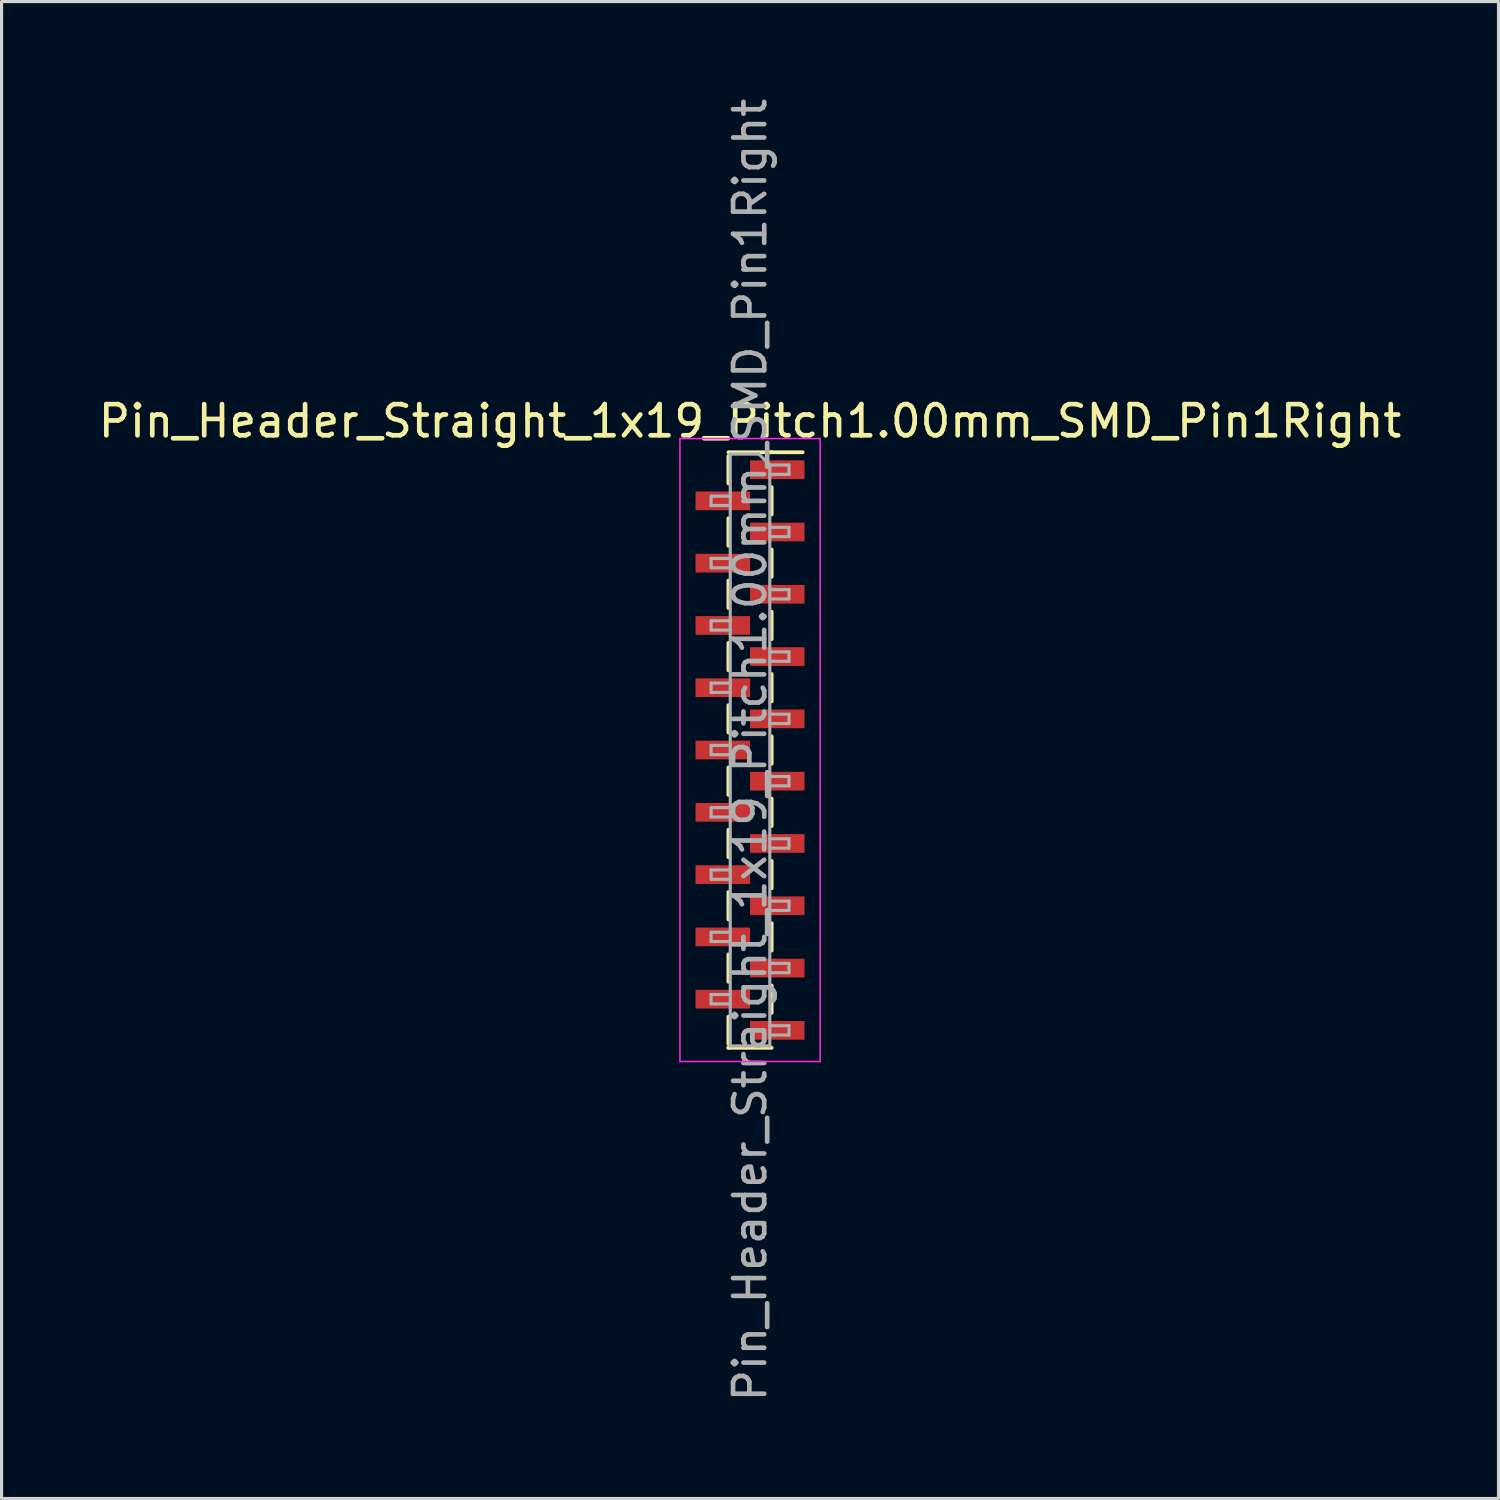
<source format=kicad_pcb>
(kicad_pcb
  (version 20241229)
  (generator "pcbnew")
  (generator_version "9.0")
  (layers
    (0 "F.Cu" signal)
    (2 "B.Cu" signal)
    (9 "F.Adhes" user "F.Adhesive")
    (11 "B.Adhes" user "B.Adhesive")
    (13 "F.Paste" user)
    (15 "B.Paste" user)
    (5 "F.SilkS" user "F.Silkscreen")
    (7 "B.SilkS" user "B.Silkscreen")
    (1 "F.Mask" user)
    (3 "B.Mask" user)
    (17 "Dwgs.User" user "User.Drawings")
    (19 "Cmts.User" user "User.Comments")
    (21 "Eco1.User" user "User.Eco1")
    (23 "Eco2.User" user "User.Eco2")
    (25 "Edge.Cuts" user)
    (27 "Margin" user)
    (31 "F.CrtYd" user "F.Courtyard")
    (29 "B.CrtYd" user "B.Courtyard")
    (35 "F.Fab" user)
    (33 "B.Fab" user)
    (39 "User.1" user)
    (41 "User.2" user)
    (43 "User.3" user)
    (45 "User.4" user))
  (footprint "Pin_Header_Straight_1x19_Pitch1.00mm_SMD_Pin1Right"
    (layer "F.Cu")
    (at 21.03 21.03)
    (property "Reference" "Pin_Header_Straight_1x19_Pitch1.00mm_SMD_Pin1Right" (at 0 -10.56 0) (layer "F.SilkS") (effects (font (size 1 1) (thickness 0.15))))
    (attr smd)
    (fp_line (start -0.695 -9.56) (end 0.695 -9.56) (stroke (width 0.12) (type solid)) (layer "F.SilkS"))
    (fp_line (start -0.695 -9.44) (end -0.695 -8.56) (stroke (width 0.12) (type solid)) (layer "F.SilkS"))
    (fp_line (start -0.695 -7.44) (end -0.695 -6.56) (stroke (width 0.12) (type solid)) (layer "F.SilkS"))
    (fp_line (start -0.695 -5.44) (end -0.695 -4.56) (stroke (width 0.12) (type solid)) (layer "F.SilkS"))
    (fp_line (start -0.695 -3.44) (end -0.695 -2.56) (stroke (width 0.12) (type solid)) (layer "F.SilkS"))
    (fp_line (start -0.695 -1.44) (end -0.695 -0.56) (stroke (width 0.12) (type solid)) (layer "F.SilkS"))
    (fp_line (start -0.695 0.56) (end -0.695 1.44) (stroke (width 0.12) (type solid)) (layer "F.SilkS"))
    (fp_line (start -0.695 2.56) (end -0.695 3.44) (stroke (width 0.12) (type solid)) (layer "F.SilkS"))
    (fp_line (start -0.695 4.56) (end -0.695 5.44) (stroke (width 0.12) (type solid)) (layer "F.SilkS"))
    (fp_line (start -0.695 6.56) (end -0.695 7.44) (stroke (width 0.12) (type solid)) (layer "F.SilkS"))
    (fp_line (start -0.695 8.56) (end -0.695 9.44) (stroke (width 0.12) (type solid)) (layer "F.SilkS"))
    (fp_line (start -0.695 9.56) (end -0.695 9.56) (stroke (width 0.12) (type solid)) (layer "F.SilkS"))
    (fp_line (start -0.695 9.56) (end 0.695 9.56) (stroke (width 0.12) (type solid)) (layer "F.SilkS"))
    (fp_line (start 0.695 -9.56) (end 0.695 -9.56) (stroke (width 0.12) (type solid)) (layer "F.SilkS"))
    (fp_line (start 0.695 -9.56) (end 1.69 -9.56) (stroke (width 0.12) (type solid)) (layer "F.SilkS"))
    (fp_line (start 0.695 -8.44) (end 0.695 -7.56) (stroke (width 0.12) (type solid)) (layer "F.SilkS"))
    (fp_line (start 0.695 -6.44) (end 0.695 -5.56) (stroke (width 0.12) (type solid)) (layer "F.SilkS"))
    (fp_line (start 0.695 -4.44) (end 0.695 -3.56) (stroke (width 0.12) (type solid)) (layer "F.SilkS"))
    (fp_line (start 0.695 -2.44) (end 0.695 -1.56) (stroke (width 0.12) (type solid)) (layer "F.SilkS"))
    (fp_line (start 0.695 -0.44) (end 0.695 0.44) (stroke (width 0.12) (type solid)) (layer "F.SilkS"))
    (fp_line (start 0.695 1.56) (end 0.695 2.44) (stroke (width 0.12) (type solid)) (layer "F.SilkS"))
    (fp_line (start 0.695 3.56) (end 0.695 4.44) (stroke (width 0.12) (type solid)) (layer "F.SilkS"))
    (fp_line (start 0.695 5.56) (end 0.695 6.44) (stroke (width 0.12) (type solid)) (layer "F.SilkS"))
    (fp_line (start 0.695 7.56) (end 0.695 8.44) (stroke (width 0.12) (type solid)) (layer "F.SilkS"))
    (fp_line (start -2.25 -10) (end -2.25 10) (stroke (width 0.05) (type solid)) (layer "F.CrtYd"))
    (fp_line (start -2.25 10) (end 2.25 10) (stroke (width 0.05) (type solid)) (layer "F.CrtYd"))
    (fp_line (start 2.25 -10) (end -2.25 -10) (stroke (width 0.05) (type solid)) (layer "F.CrtYd"))
    (fp_line (start 2.25 10) (end 2.25 -10) (stroke (width 0.05) (type solid)) (layer "F.CrtYd"))
    (fp_line (start -1.25 -8.15) (end -1.25 -7.85) (stroke (width 0.1) (type solid)) (layer "F.Fab"))
    (fp_line (start -1.25 -7.85) (end -0.635 -7.85) (stroke (width 0.1) (type solid)) (layer "F.Fab"))
    (fp_line (start -1.25 -6.15) (end -1.25 -5.85) (stroke (width 0.1) (type solid)) (layer "F.Fab"))
    (fp_line (start -1.25 -5.85) (end -0.635 -5.85) (stroke (width 0.1) (type solid)) (layer "F.Fab"))
    (fp_line (start -1.25 -4.15) (end -1.25 -3.85) (stroke (width 0.1) (type solid)) (layer "F.Fab"))
    (fp_line (start -1.25 -3.85) (end -0.635 -3.85) (stroke (width 0.1) (type solid)) (layer "F.Fab"))
    (fp_line (start -1.25 -2.15) (end -1.25 -1.85) (stroke (width 0.1) (type solid)) (layer "F.Fab"))
    (fp_line (start -1.25 -1.85) (end -0.635 -1.85) (stroke (width 0.1) (type solid)) (layer "F.Fab"))
    (fp_line (start -1.25 -0.15) (end -1.25 0.15) (stroke (width 0.1) (type solid)) (layer "F.Fab"))
    (fp_line (start -1.25 0.15) (end -0.635 0.15) (stroke (width 0.1) (type solid)) (layer "F.Fab"))
    (fp_line (start -1.25 1.85) (end -1.25 2.15) (stroke (width 0.1) (type solid)) (layer "F.Fab"))
    (fp_line (start -1.25 2.15) (end -0.635 2.15) (stroke (width 0.1) (type solid)) (layer "F.Fab"))
    (fp_line (start -1.25 3.85) (end -1.25 4.15) (stroke (width 0.1) (type solid)) (layer "F.Fab"))
    (fp_line (start -1.25 4.15) (end -0.635 4.15) (stroke (width 0.1) (type solid)) (layer "F.Fab"))
    (fp_line (start -1.25 5.85) (end -1.25 6.15) (stroke (width 0.1) (type solid)) (layer "F.Fab"))
    (fp_line (start -1.25 6.15) (end -0.635 6.15) (stroke (width 0.1) (type solid)) (layer "F.Fab"))
    (fp_line (start -1.25 7.85) (end -1.25 8.15) (stroke (width 0.1) (type solid)) (layer "F.Fab"))
    (fp_line (start -1.25 8.15) (end -0.635 8.15) (stroke (width 0.1) (type solid)) (layer "F.Fab"))
    (fp_line (start -0.635 -9.5) (end -0.635 9.5) (stroke (width 0.1) (type solid)) (layer "F.Fab"))
    (fp_line (start -0.635 -9.5) (end 0.285 -9.5) (stroke (width 0.1) (type solid)) (layer "F.Fab"))
    (fp_line (start -0.635 -8.15) (end -1.25 -8.15) (stroke (width 0.1) (type solid)) (layer "F.Fab"))
    (fp_line (start -0.635 -6.15) (end -1.25 -6.15) (stroke (width 0.1) (type solid)) (layer "F.Fab"))
    (fp_line (start -0.635 -4.15) (end -1.25 -4.15) (stroke (width 0.1) (type solid)) (layer "F.Fab"))
    (fp_line (start -0.635 -2.15) (end -1.25 -2.15) (stroke (width 0.1) (type solid)) (layer "F.Fab"))
    (fp_line (start -0.635 -0.15) (end -1.25 -0.15) (stroke (width 0.1) (type solid)) (layer "F.Fab"))
    (fp_line (start -0.635 1.85) (end -1.25 1.85) (stroke (width 0.1) (type solid)) (layer "F.Fab"))
    (fp_line (start -0.635 3.85) (end -1.25 3.85) (stroke (width 0.1) (type solid)) (layer "F.Fab"))
    (fp_line (start -0.635 5.85) (end -1.25 5.85) (stroke (width 0.1) (type solid)) (layer "F.Fab"))
    (fp_line (start -0.635 7.85) (end -1.25 7.85) (stroke (width 0.1) (type solid)) (layer "F.Fab"))
    (fp_line (start 0.635 -9.15) (end 0.285 -9.5) (stroke (width 0.1) (type solid)) (layer "F.Fab"))
    (fp_line (start 0.635 -9.15) (end 1.25 -9.15) (stroke (width 0.1) (type solid)) (layer "F.Fab"))
    (fp_line (start 0.635 -7.15) (end 1.25 -7.15) (stroke (width 0.1) (type solid)) (layer "F.Fab"))
    (fp_line (start 0.635 -5.15) (end 1.25 -5.15) (stroke (width 0.1) (type solid)) (layer "F.Fab"))
    (fp_line (start 0.635 -3.15) (end 1.25 -3.15) (stroke (width 0.1) (type solid)) (layer "F.Fab"))
    (fp_line (start 0.635 -1.15) (end 1.25 -1.15) (stroke (width 0.1) (type solid)) (layer "F.Fab"))
    (fp_line (start 0.635 0.85) (end 1.25 0.85) (stroke (width 0.1) (type solid)) (layer "F.Fab"))
    (fp_line (start 0.635 2.85) (end 1.25 2.85) (stroke (width 0.1) (type solid)) (layer "F.Fab"))
    (fp_line (start 0.635 4.85) (end 1.25 4.85) (stroke (width 0.1) (type solid)) (layer "F.Fab"))
    (fp_line (start 0.635 6.85) (end 1.25 6.85) (stroke (width 0.1) (type solid)) (layer "F.Fab"))
    (fp_line (start 0.635 8.85) (end 1.25 8.85) (stroke (width 0.1) (type solid)) (layer "F.Fab"))
    (fp_line (start 0.635 9.5) (end -0.635 9.5) (stroke (width 0.1) (type solid)) (layer "F.Fab"))
    (fp_line (start 0.635 9.5) (end 0.635 -9.15) (stroke (width 0.1) (type solid)) (layer "F.Fab"))
    (fp_line (start 1.25 -9.15) (end 1.25 -8.85) (stroke (width 0.1) (type solid)) (layer "F.Fab"))
    (fp_line (start 1.25 -8.85) (end 0.635 -8.85) (stroke (width 0.1) (type solid)) (layer "F.Fab"))
    (fp_line (start 1.25 -7.15) (end 1.25 -6.85) (stroke (width 0.1) (type solid)) (layer "F.Fab"))
    (fp_line (start 1.25 -6.85) (end 0.635 -6.85) (stroke (width 0.1) (type solid)) (layer "F.Fab"))
    (fp_line (start 1.25 -5.15) (end 1.25 -4.85) (stroke (width 0.1) (type solid)) (layer "F.Fab"))
    (fp_line (start 1.25 -4.85) (end 0.635 -4.85) (stroke (width 0.1) (type solid)) (layer "F.Fab"))
    (fp_line (start 1.25 -3.15) (end 1.25 -2.85) (stroke (width 0.1) (type solid)) (layer "F.Fab"))
    (fp_line (start 1.25 -2.85) (end 0.635 -2.85) (stroke (width 0.1) (type solid)) (layer "F.Fab"))
    (fp_line (start 1.25 -1.15) (end 1.25 -0.85) (stroke (width 0.1) (type solid)) (layer "F.Fab"))
    (fp_line (start 1.25 -0.85) (end 0.635 -0.85) (stroke (width 0.1) (type solid)) (layer "F.Fab"))
    (fp_line (start 1.25 0.85) (end 1.25 1.15) (stroke (width 0.1) (type solid)) (layer "F.Fab"))
    (fp_line (start 1.25 1.15) (end 0.635 1.15) (stroke (width 0.1) (type solid)) (layer "F.Fab"))
    (fp_line (start 1.25 2.85) (end 1.25 3.15) (stroke (width 0.1) (type solid)) (layer "F.Fab"))
    (fp_line (start 1.25 3.15) (end 0.635 3.15) (stroke (width 0.1) (type solid)) (layer "F.Fab"))
    (fp_line (start 1.25 4.85) (end 1.25 5.15) (stroke (width 0.1) (type solid)) (layer "F.Fab"))
    (fp_line (start 1.25 5.15) (end 0.635 5.15) (stroke (width 0.1) (type solid)) (layer "F.Fab"))
    (fp_line (start 1.25 6.85) (end 1.25 7.15) (stroke (width 0.1) (type solid)) (layer "F.Fab"))
    (fp_line (start 1.25 7.15) (end 0.635 7.15) (stroke (width 0.1) (type solid)) (layer "F.Fab"))
    (fp_line (start 1.25 8.85) (end 1.25 9.15) (stroke (width 0.1) (type solid)) (layer "F.Fab"))
    (fp_line (start 1.25 9.15) (end 0.635 9.15) (stroke (width 0.1) (type solid)) (layer "F.Fab"))
    (fp_text user "${REFERENCE}" (at 0 0 90) (layer "F.Fab") (effects (font (size 1 1) (thickness 0.15))))
    (pad "1" smd rect (at 0.875 -9) (size 1.75 0.6) (layers "F.Cu" "F.Mask" "F.Paste"))
    (pad "2" smd rect (at -0.875 -8) (size 1.75 0.6) (layers "F.Cu" "F.Mask" "F.Paste"))
    (pad "3" smd rect (at 0.875 -7) (size 1.75 0.6) (layers "F.Cu" "F.Mask" "F.Paste"))
    (pad "4" smd rect (at -0.875 -6) (size 1.75 0.6) (layers "F.Cu" "F.Mask" "F.Paste"))
    (pad "5" smd rect (at 0.875 -5) (size 1.75 0.6) (layers "F.Cu" "F.Mask" "F.Paste"))
    (pad "6" smd rect (at -0.875 -4) (size 1.75 0.6) (layers "F.Cu" "F.Mask" "F.Paste"))
    (pad "7" smd rect (at 0.875 -3) (size 1.75 0.6) (layers "F.Cu" "F.Mask" "F.Paste"))
    (pad "8" smd rect (at -0.875 -2) (size 1.75 0.6) (layers "F.Cu" "F.Mask" "F.Paste"))
    (pad "9" smd rect (at 0.875 -1) (size 1.75 0.6) (layers "F.Cu" "F.Mask" "F.Paste"))
    (pad "10" smd rect (at -0.875 0) (size 1.75 0.6) (layers "F.Cu" "F.Mask" "F.Paste"))
    (pad "11" smd rect (at 0.875 1) (size 1.75 0.6) (layers "F.Cu" "F.Mask" "F.Paste"))
    (pad "12" smd rect (at -0.875 2) (size 1.75 0.6) (layers "F.Cu" "F.Mask" "F.Paste"))
    (pad "13" smd rect (at 0.875 3) (size 1.75 0.6) (layers "F.Cu" "F.Mask" "F.Paste"))
    (pad "14" smd rect (at -0.875 4) (size 1.75 0.6) (layers "F.Cu" "F.Mask" "F.Paste"))
    (pad "15" smd rect (at 0.875 5) (size 1.75 0.6) (layers "F.Cu" "F.Mask" "F.Paste"))
    (pad "16" smd rect (at -0.875 6) (size 1.75 0.6) (layers "F.Cu" "F.Mask" "F.Paste"))
    (pad "17" smd rect (at 0.875 7) (size 1.75 0.6) (layers "F.Cu" "F.Mask" "F.Paste"))
    (pad "18" smd rect (at -0.875 8) (size 1.75 0.6) (layers "F.Cu" "F.Mask" "F.Paste"))
    (pad "19" smd rect (at 0.875 9) (size 1.75 0.6) (layers "F.Cu" "F.Mask" "F.Paste")))
  (gr_rect
    (start -3 -3)
    (end 45.06 45.06)
    (stroke (width 0.1) (type default))
    (fill no)
    (layer "Edge.Cuts")))
</source>
